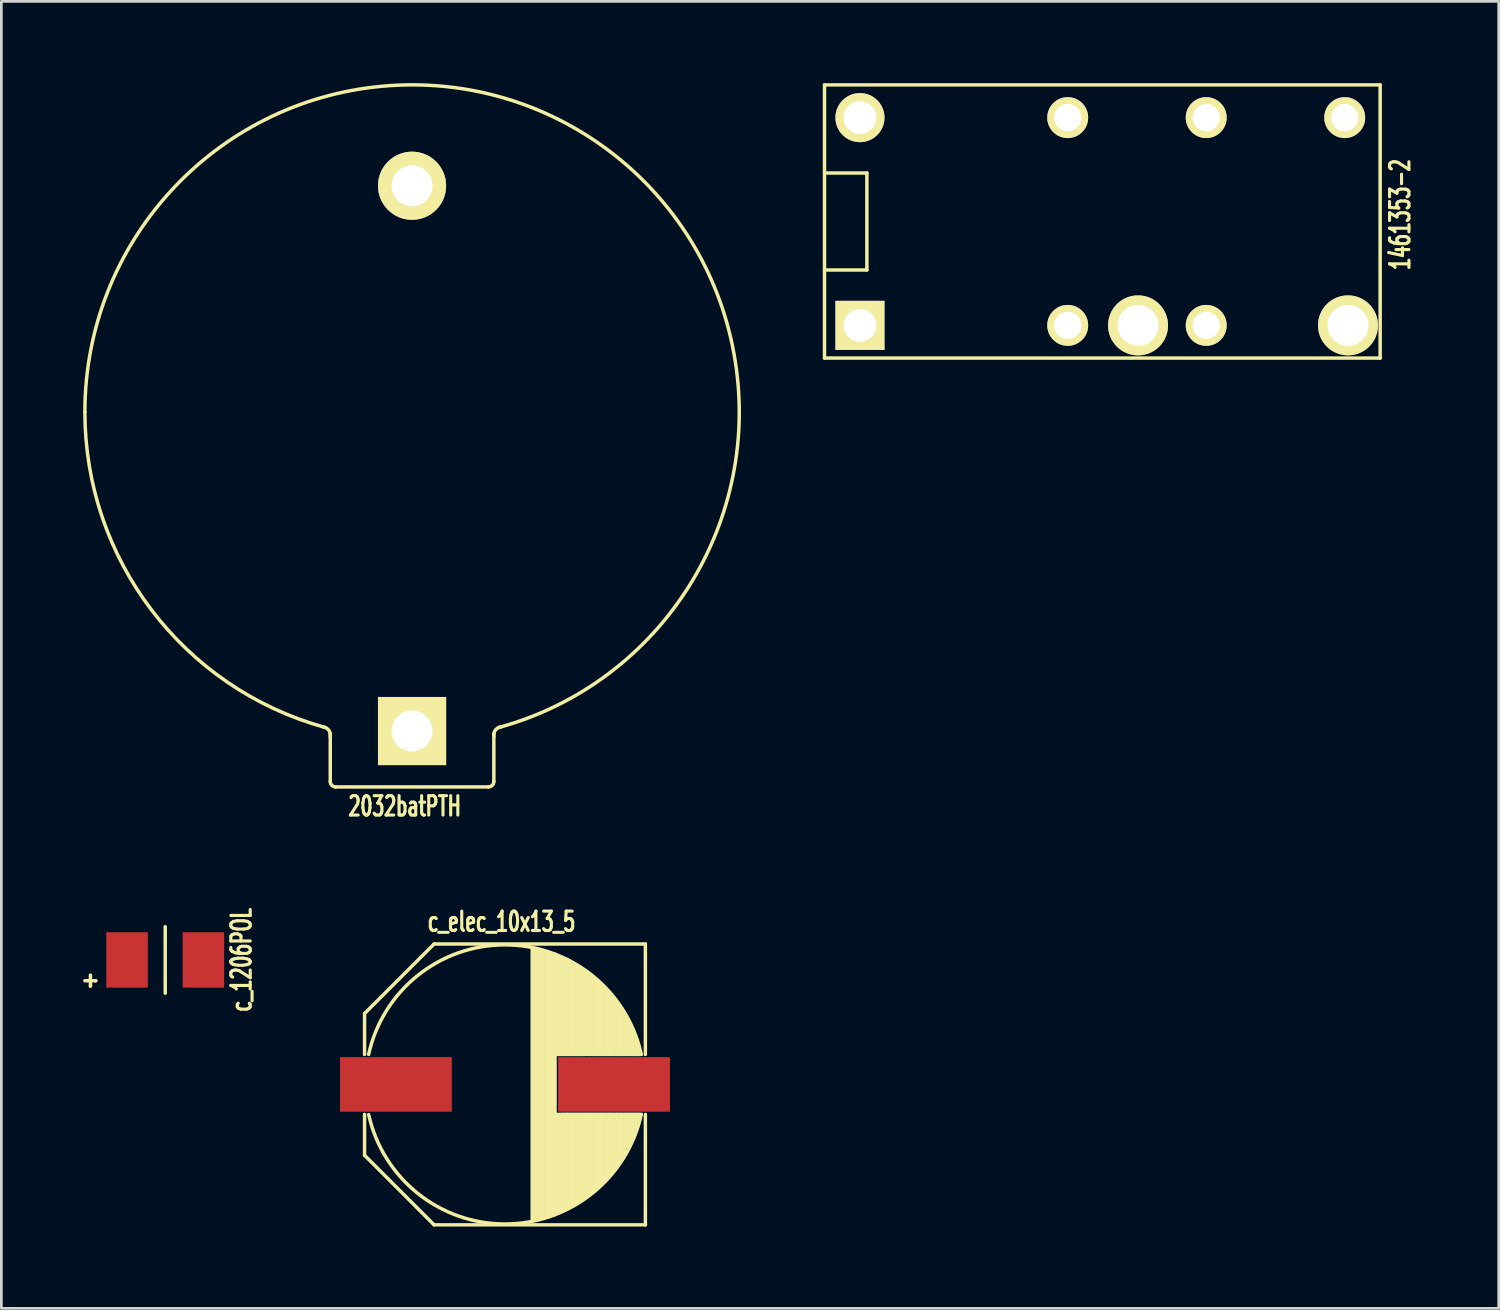
<source format=kicad_pcb>
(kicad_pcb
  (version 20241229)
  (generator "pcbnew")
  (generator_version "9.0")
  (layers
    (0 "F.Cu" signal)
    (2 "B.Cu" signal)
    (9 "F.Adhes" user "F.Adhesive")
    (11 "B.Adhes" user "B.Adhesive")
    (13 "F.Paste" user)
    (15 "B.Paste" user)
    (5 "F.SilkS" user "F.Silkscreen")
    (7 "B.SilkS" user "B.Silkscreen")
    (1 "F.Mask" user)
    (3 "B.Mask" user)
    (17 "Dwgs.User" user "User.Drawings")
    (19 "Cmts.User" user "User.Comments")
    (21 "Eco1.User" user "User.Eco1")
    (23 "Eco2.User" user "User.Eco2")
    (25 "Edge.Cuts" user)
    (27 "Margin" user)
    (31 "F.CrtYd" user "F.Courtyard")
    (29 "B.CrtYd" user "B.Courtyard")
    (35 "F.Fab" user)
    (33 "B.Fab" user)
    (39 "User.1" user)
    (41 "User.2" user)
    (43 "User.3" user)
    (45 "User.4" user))
  (footprint "2032batPTH"
    (layer "F.Cu")
    (at 12.063 12.063)
    (property "Reference" "2032batPTH" (at -0.269 14.458 0) (layer "F.SilkS") (effects (font (size 0.711 0.457) (thickness 0.114))))
    (attr through_hole)
    (fp_line (start -3 13.55) (end -3 11.8) (stroke (width 0.127) (type solid)) (layer "F.SilkS"))
    (fp_line (start -2.8 13.75) (end 2.8 13.75) (stroke (width 0.127) (type solid)) (layer "F.SilkS"))
    (fp_line (start 3 13.55) (end 3 11.8) (stroke (width 0.127) (type solid)) (layer "F.SilkS"))
    (fp_arc (start -12 0) (mid 7.263528 -9.552024) (end 3.206861 11.563565) (stroke (width 0.127) (type solid)) (layer "F.SilkS"))
    (fp_arc (start -3.25 11.55) (mid -3.052513 11.673223) (end -3 11.9) (stroke (width 0.127) (type solid)) (layer "F.SilkS"))
    (fp_arc (start -3.206861 11.563565) (mid -9.552024 7.263527) (end -12 0) (stroke (width 0.127) (type solid)) (layer "F.SilkS"))
    (fp_arc (start -2.8 13.75) (mid -2.941421 13.691421) (end -3 13.55) (stroke (width 0.127) (type solid)) (layer "F.SilkS"))
    (fp_arc (start 3 11.9) (mid 3.052513 11.673223) (end 3.25 11.55) (stroke (width 0.127) (type solid)) (layer "F.SilkS"))
    (fp_arc (start 3 13.55) (mid 2.941421 13.691421) (end 2.8 13.75) (stroke (width 0.127) (type solid)) (layer "F.SilkS"))
    (pad "1" thru_hole rect (at 0 11.7) (size 2.5 2.5) (drill 1.5) (layers "*.Cu" "*.Mask" "F.SilkS"))
    (pad "2" thru_hole circle (at 0 -8.3) (size 2.5 2.5) (drill 1.5) (layers "*.Cu" "*.Mask" "F.SilkS")))
  (footprint "1461353-2"
    (layer "F.Cu")
    (at 36.111 1.264)
    (property "Reference" "1461353-2" (at 12.192 3.556 90) (layer "F.SilkS") (effects (font (size 0.711 0.457) (thickness 0.114))))
    (attr through_hole)
    (fp_line (start -8.92 2.032) (end -7.366 2.032) (stroke (width 0.127) (type solid)) (layer "F.SilkS"))
    (fp_line (start -8.92 8.82) (end -8.92 -1.2) (stroke (width 0.127) (type solid)) (layer "F.SilkS"))
    (fp_line (start -7.366 2.032) (end -7.366 5.588) (stroke (width 0.127) (type solid)) (layer "F.SilkS"))
    (fp_line (start -7.366 5.588) (end -8.92 5.588) (stroke (width 0.127) (type solid)) (layer "F.SilkS"))
    (fp_line (start 11.46 -1.2) (end -8.92 -1.2) (stroke (width 0.127) (type solid)) (layer "F.SilkS"))
    (fp_line (start 11.46 8.82) (end -8.92 8.82) (stroke (width 0.127) (type solid)) (layer "F.SilkS"))
    (fp_line (start 11.46 8.82) (end 11.46 -1.2) (stroke (width 0.127) (type solid)) (layer "F.SilkS"))
    (pad "1" thru_hole rect (at -7.62 7.62) (size 1.8 1.8) (drill 1.2) (layers "*.Cu" "*.Mask" "F.SilkS"))
    (pad "4" thru_hole circle (at 0 7.62) (size 1.5 1.5) (drill 1) (layers "*.Cu" "*.Mask" "F.SilkS"))
    (pad "4" thru_hole circle (at 2.58 7.62) (size 2.2 2.2) (drill 1.5) (layers "*.Cu" "*.Mask" "F.SilkS"))
    (pad "6" thru_hole circle (at 5.08 7.62) (size 1.5 1.5) (drill 1) (layers "*.Cu" "*.Mask" "F.SilkS"))
    (pad "8" thru_hole circle (at 10.28 7.62) (size 2.2 2.2) (drill 1.5) (layers "*.Cu" "*.Mask" "F.SilkS"))
    (pad "9" thru_hole circle (at 10.16 0) (size 1.5 1.5) (drill 1) (layers "*.Cu" "*.Mask" "F.SilkS"))
    (pad "11" thru_hole circle (at 5.08 0) (size 1.5 1.5) (drill 1) (layers "*.Cu" "*.Mask" "F.SilkS"))
    (pad "13" thru_hole circle (at 0 0) (size 1.5 1.5) (drill 1) (layers "*.Cu" "*.Mask" "F.SilkS"))
    (pad "16" thru_hole circle (at -7.62 0) (size 1.8 1.8) (drill 1.2) (layers "*.Cu" "*.Mask" "F.SilkS")))
  (footprint "c_1206POL"
    (layer "F.Cu")
    (at 3.01 32.158)
    (property "Reference" "c_1206POL" (at 2.794 0 90) (layer "F.SilkS") (effects (font (size 0.711 0.457) (thickness 0.114))))
    (attr smd)
    (fp_line (start -2.946 0.762) (end -2.565 0.762) (stroke (width 0.127) (type solid)) (layer "F.SilkS"))
    (fp_line (start -2.743 0.559) (end -2.743 0.94) (stroke (width 0.127) (type solid)) (layer "F.SilkS"))
    (fp_line (start -2.743 0.94) (end -2.743 0.965) (stroke (width 0.127) (type solid)) (layer "F.SilkS"))
    (fp_line (start -2.565 0.762) (end -2.54 0.762) (stroke (width 0.127) (type solid)) (layer "F.SilkS"))
    (fp_line (start 0 1.219) (end 0 -1.219) (stroke (width 0.127) (type solid)) (layer "F.SilkS"))
    (pad "1" smd rect (at -1.4 0) (size 1.524 2.032) (layers "F.Cu" "F.Mask" "F.Paste"))
    (pad "2" smd rect (at 1.4 0) (size 1.524 2.032) (layers "F.Cu" "F.Mask" "F.Paste")))
  (footprint "c_elec_10x13_5"
    (layer "F.Cu")
    (at 15.471 36.724)
    (property "Reference" "c_elec_10x13_5" (at -0.127 -5.969 0) (layer "F.SilkS") (effects (font (size 0.711 0.457) (thickness 0.114))))
    (attr through_hole)
    (fp_line (start -5.15 -2.6) (end -5.15 -1.1) (stroke (width 0.127) (type solid)) (layer "F.SilkS"))
    (fp_line (start -5.15 1.1) (end -5.15 2.6) (stroke (width 0.127) (type solid)) (layer "F.SilkS"))
    (fp_line (start -5.15 2.6) (end -2.6 5.15) (stroke (width 0.127) (type solid)) (layer "F.SilkS"))
    (fp_line (start -2.6 -5.15) (end -5.15 -2.6) (stroke (width 0.127) (type solid)) (layer "F.SilkS"))
    (fp_line (start -2.6 5.15) (end 5.15 5.15) (stroke (width 0.127) (type solid)) (layer "F.SilkS"))
    (fp_line (start 1 -5) (end 1 5) (stroke (width 0.127) (type solid)) (layer "F.SilkS"))
    (fp_line (start 1.1 -4.95) (end 1.1 4.95) (stroke (width 0.127) (type solid)) (layer "F.SilkS"))
    (fp_line (start 1.2 4.95) (end 1.2 -4.9) (stroke (width 0.127) (type solid)) (layer "F.SilkS"))
    (fp_line (start 1.3 -4.9) (end 1.3 4.9) (stroke (width 0.127) (type solid)) (layer "F.SilkS"))
    (fp_line (start 1.4 4.9) (end 1.4 -4.9) (stroke (width 0.127) (type solid)) (layer "F.SilkS"))
    (fp_line (start 1.5 -4.85) (end 1.5 4.85) (stroke (width 0.127) (type solid)) (layer "F.SilkS"))
    (fp_line (start 1.6 4.8) (end 1.6 -4.8) (stroke (width 0.127) (type solid)) (layer "F.SilkS"))
    (fp_line (start 1.7 -4.75) (end 1.7 4.8) (stroke (width 0.127) (type solid)) (layer "F.SilkS"))
    (fp_line (start 1.8 4.75) (end 1.8 -4.75) (stroke (width 0.2) (type solid)) (layer "F.SilkS"))
    (fp_line (start 1.9 -4.7) (end 1.9 -1.1) (stroke (width 0.127) (type solid)) (layer "F.SilkS"))
    (fp_line (start 1.9 4.7) (end 1.9 1.15) (stroke (width 0.127) (type solid)) (layer "F.SilkS"))
    (fp_line (start 2 -4.65) (end 2 -1.1) (stroke (width 0.127) (type solid)) (layer "F.SilkS"))
    (fp_line (start 2 1.15) (end 2 4.7) (stroke (width 0.127) (type solid)) (layer "F.SilkS"))
    (fp_line (start 2.1 -1.1) (end 2.1 -4.65) (stroke (width 0.127) (type solid)) (layer "F.SilkS"))
    (fp_line (start 2.1 4.6) (end 2.1 1.1) (stroke (width 0.127) (type solid)) (layer "F.SilkS"))
    (fp_line (start 2.2 -1.1) (end 2.2 -4.6) (stroke (width 0.127) (type solid)) (layer "F.SilkS"))
    (fp_line (start 2.2 4.6) (end 2.2 1.1) (stroke (width 0.127) (type solid)) (layer "F.SilkS"))
    (fp_line (start 2.3 -4.55) (end 2.3 -1.1) (stroke (width 0.127) (type solid)) (layer "F.SilkS"))
    (fp_line (start 2.3 1.1) (end 2.3 4.55) (stroke (width 0.127) (type solid)) (layer "F.SilkS"))
    (fp_line (start 2.4 -1.1) (end 2.4 -4.45) (stroke (width 0.127) (type solid)) (layer "F.SilkS"))
    (fp_line (start 2.4 4.5) (end 2.4 1.1) (stroke (width 0.127) (type solid)) (layer "F.SilkS"))
    (fp_line (start 2.5 -4.4) (end 2.5 -1.1) (stroke (width 0.127) (type solid)) (layer "F.SilkS"))
    (fp_line (start 2.5 1.1) (end 2.5 4.45) (stroke (width 0.127) (type solid)) (layer "F.SilkS"))
    (fp_line (start 2.6 -1.1) (end 2.6 -4.35) (stroke (width 0.127) (type solid)) (layer "F.SilkS"))
    (fp_line (start 2.6 4.4) (end 2.6 1.1) (stroke (width 0.127) (type solid)) (layer "F.SilkS"))
    (fp_line (start 2.7 -4.3) (end 2.7 -1.1) (stroke (width 0.127) (type solid)) (layer "F.SilkS"))
    (fp_line (start 2.7 1.1) (end 2.7 4.3) (stroke (width 0.127) (type solid)) (layer "F.SilkS"))
    (fp_line (start 2.8 -1.1) (end 2.8 -4.25) (stroke (width 0.127) (type solid)) (layer "F.SilkS"))
    (fp_line (start 2.8 4.25) (end 2.8 1.1) (stroke (width 0.127) (type solid)) (layer "F.SilkS"))
    (fp_line (start 2.9 -4.2) (end 2.9 -1.1) (stroke (width 0.127) (type solid)) (layer "F.SilkS"))
    (fp_line (start 2.9 1.1) (end 2.9 4.15) (stroke (width 0.127) (type solid)) (layer "F.SilkS"))
    (fp_line (start 3 -1.15) (end 3 -4.1) (stroke (width 0.127) (type solid)) (layer "F.SilkS"))
    (fp_line (start 3 4.1) (end 3 1.1) (stroke (width 0.127) (type solid)) (layer "F.SilkS"))
    (fp_line (start 3.1 -4.05) (end 3.1 -1.1) (stroke (width 0.127) (type solid)) (layer "F.SilkS"))
    (fp_line (start 3.1 1.1) (end 3.1 4.05) (stroke (width 0.127) (type solid)) (layer "F.SilkS"))
    (fp_line (start 3.2 -1.15) (end 3.2 -3.95) (stroke (width 0.127) (type solid)) (layer "F.SilkS"))
    (fp_line (start 3.2 3.95) (end 3.2 1.1) (stroke (width 0.127) (type solid)) (layer "F.SilkS"))
    (fp_line (start 3.3 -3.85) (end 3.3 -1.1) (stroke (width 0.127) (type solid)) (layer "F.SilkS"))
    (fp_line (start 3.3 1.1) (end 3.3 2.35) (stroke (width 0.127) (type solid)) (layer "F.SilkS"))
    (fp_line (start 3.3 2.35) (end 3.3 3.9) (stroke (width 0.127) (type solid)) (layer "F.SilkS"))
    (fp_line (start 3.4 -1.1) (end 3.4 -3.8) (stroke (width 0.127) (type solid)) (layer "F.SilkS"))
    (fp_line (start 3.4 3.8) (end 3.4 1.1) (stroke (width 0.127) (type solid)) (layer "F.SilkS"))
    (fp_line (start 3.5 -3.7) (end 3.5 -1.1) (stroke (width 0.127) (type solid)) (layer "F.SilkS"))
    (fp_line (start 3.5 1.1) (end 3.5 3.7) (stroke (width 0.127) (type solid)) (layer "F.SilkS"))
    (fp_line (start 3.6 -1.1) (end 3.6 -3.55) (stroke (width 0.127) (type solid)) (layer "F.SilkS"))
    (fp_line (start 3.6 3.6) (end 3.6 1.1) (stroke (width 0.127) (type solid)) (layer "F.SilkS"))
    (fp_line (start 3.7 -3.5) (end 3.7 -1.1) (stroke (width 0.127) (type solid)) (layer "F.SilkS"))
    (fp_line (start 3.7 1.1) (end 3.7 3.5) (stroke (width 0.127) (type solid)) (layer "F.SilkS"))
    (fp_line (start 3.8 -1.1) (end 3.8 -3.35) (stroke (width 0.127) (type solid)) (layer "F.SilkS"))
    (fp_line (start 3.8 3.4) (end 3.8 1.1) (stroke (width 0.127) (type solid)) (layer "F.SilkS"))
    (fp_line (start 3.9 -3.3) (end 3.9 -1.1) (stroke (width 0.127) (type solid)) (layer "F.SilkS"))
    (fp_line (start 3.9 1.1) (end 3.9 3.25) (stroke (width 0.127) (type solid)) (layer "F.SilkS"))
    (fp_line (start 4 -1.1) (end 4 -3.1) (stroke (width 0.127) (type solid)) (layer "F.SilkS"))
    (fp_line (start 4 1.1) (end 4 3.1) (stroke (width 0.127) (type solid)) (layer "F.SilkS"))
    (fp_line (start 4.1 -3) (end 4.1 -1.1) (stroke (width 0.127) (type solid)) (layer "F.SilkS"))
    (fp_line (start 4.1 3.05) (end 4.1 1.1) (stroke (width 0.127) (type solid)) (layer "F.SilkS"))
    (fp_line (start 4.2 -1.1) (end 4.2 -2.85) (stroke (width 0.127) (type solid)) (layer "F.SilkS"))
    (fp_line (start 4.2 1.1) (end 4.2 2.85) (stroke (width 0.127) (type solid)) (layer "F.SilkS"))
    (fp_line (start 4.3 -2.75) (end 4.3 -1.1) (stroke (width 0.127) (type solid)) (layer "F.SilkS"))
    (fp_line (start 4.3 2.75) (end 4.3 1.1) (stroke (width 0.127) (type solid)) (layer "F.SilkS"))
    (fp_line (start 4.4 -1.1) (end 4.4 -2.55) (stroke (width 0.127) (type solid)) (layer "F.SilkS"))
    (fp_line (start 4.4 1.1) (end 4.4 2.5) (stroke (width 0.127) (type solid)) (layer "F.SilkS"))
    (fp_line (start 4.5 -2.4) (end 4.5 -1.1) (stroke (width 0.127) (type solid)) (layer "F.SilkS"))
    (fp_line (start 4.5 1.1) (end 4.5 2.3) (stroke (width 0.127) (type solid)) (layer "F.SilkS"))
    (fp_line (start 4.6 -1.1) (end 4.6 -2.15) (stroke (width 0.127) (type solid)) (layer "F.SilkS"))
    (fp_line (start 4.6 2.2) (end 4.6 1.1) (stroke (width 0.127) (type solid)) (layer "F.SilkS"))
    (fp_line (start 4.7 -2) (end 4.7 -1.1) (stroke (width 0.127) (type solid)) (layer "F.SilkS"))
    (fp_line (start 4.7 1.1) (end 4.7 1.9) (stroke (width 0.127) (type solid)) (layer "F.SilkS"))
    (fp_line (start 4.8 -1.1) (end 4.8 -1.65) (stroke (width 0.127) (type solid)) (layer "F.SilkS"))
    (fp_line (start 4.8 1.65) (end 4.8 1.1) (stroke (width 0.127) (type solid)) (layer "F.SilkS"))
    (fp_line (start 4.9 -1.4) (end 4.9 -1.1) (stroke (width 0.127) (type solid)) (layer "F.SilkS"))
    (fp_line (start 4.9 1.1) (end 4.9 1.35) (stroke (width 0.127) (type solid)) (layer "F.SilkS"))
    (fp_line (start 5 -1.1) (end 1.8 -1.1) (stroke (width 0.127) (type solid)) (layer "F.SilkS"))
    (fp_line (start 5 1.1) (end 1.8 1.1) (stroke (width 0.127) (type solid)) (layer "F.SilkS"))
    (fp_line (start 5.15 -5.15) (end -2.6 -5.15) (stroke (width 0.127) (type solid)) (layer "F.SilkS"))
    (fp_line (start 5.15 -5.15) (end 5.15 -1.1) (stroke (width 0.127) (type solid)) (layer "F.SilkS"))
    (fp_line (start 5.15 5.15) (end 5.15 1.1) (stroke (width 0.127) (type solid)) (layer "F.SilkS"))
    (fp_arc (start -5 -1.1) (mid -0.003805 -5.119569) (end 4.998359 -1.107431) (stroke (width 0.127) (type solid)) (layer "F.SilkS"))
    (fp_arc (start 5 1.1) (mid 0.003805 5.119569) (end -4.998359 1.107431) (stroke (width 0.127) (type solid)) (layer "F.SilkS"))
    (pad "1" smd rect (at -4 0) (size 4.1 2) (layers "F.Cu" "F.Mask" "F.Paste"))
    (pad "2" smd rect (at 4 0) (size 4.1 2) (layers "F.Cu" "F.Mask" "F.Paste")))
  (gr_rect
    (start -3 -3)
    (end 51.919 44.938)
    (stroke (width 0.1) (type default))
    (fill no)
    (layer "Edge.Cuts")))
</source>
